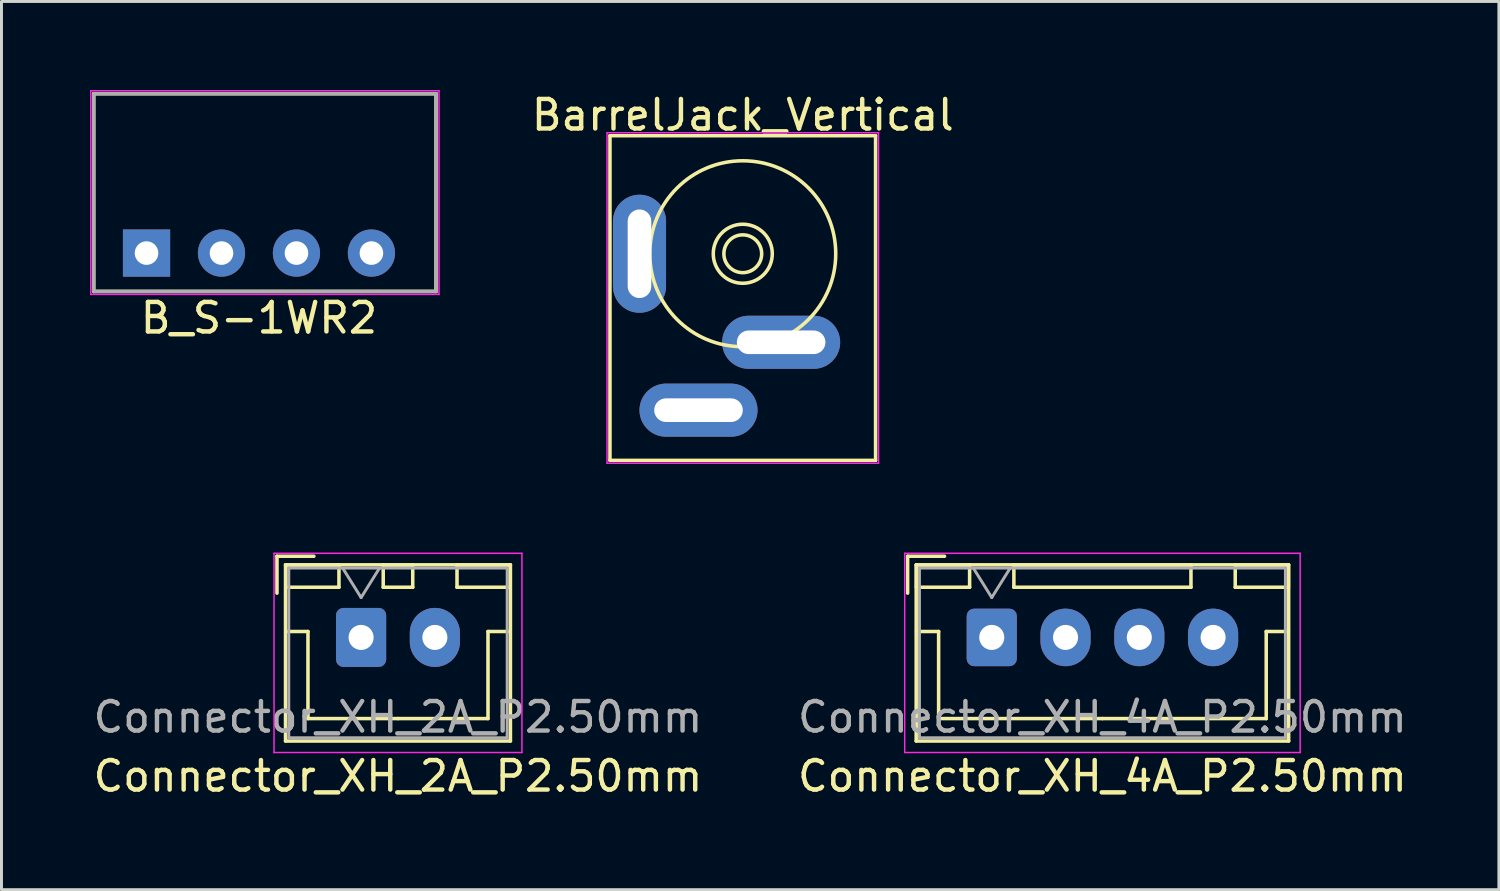
<source format=kicad_pcb>
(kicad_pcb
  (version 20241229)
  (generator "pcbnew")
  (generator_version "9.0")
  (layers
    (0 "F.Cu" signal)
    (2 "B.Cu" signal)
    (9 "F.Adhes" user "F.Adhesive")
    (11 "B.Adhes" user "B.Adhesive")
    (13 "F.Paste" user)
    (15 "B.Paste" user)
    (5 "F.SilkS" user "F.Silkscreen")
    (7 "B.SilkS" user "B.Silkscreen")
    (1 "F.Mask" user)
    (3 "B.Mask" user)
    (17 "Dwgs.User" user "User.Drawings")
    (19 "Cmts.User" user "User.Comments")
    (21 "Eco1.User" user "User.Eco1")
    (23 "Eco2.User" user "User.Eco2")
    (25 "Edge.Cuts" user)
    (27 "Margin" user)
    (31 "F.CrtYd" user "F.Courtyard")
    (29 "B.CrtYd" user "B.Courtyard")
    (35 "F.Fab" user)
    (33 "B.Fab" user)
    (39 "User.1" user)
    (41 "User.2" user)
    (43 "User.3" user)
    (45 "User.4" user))
  (footprint "BarrelJack_Vertical"
    (layer "F.Cu")
    (at 22.118 5.548)
    (property "Reference" "BarrelJack_Vertical" (at 0 -4.7 0) (layer "F.SilkS") (effects (font (size 1 1) (thickness 0.15))))
    (attr through_hole)
    (fp_line (start -4.5 -4) (end -4.5 7) (stroke (width 0.12) (type solid)) (layer "F.SilkS"))
    (fp_line (start -4.5 -4) (end 4.5 -4) (stroke (width 0.12) (type solid)) (layer "F.SilkS"))
    (fp_line (start -4.5 7) (end 4.5 7) (stroke (width 0.12) (type solid)) (layer "F.SilkS"))
    (fp_line (start 4.5 -4) (end 4.5 7) (stroke (width 0.12) (type solid)) (layer "F.SilkS"))
    (fp_circle (center 0 0) (end 0.5 0.4) (stroke (width 0.12) (type solid)) (fill no) (layer "F.SilkS"))
    (fp_circle (center 0 0) (end 1 0) (stroke (width 0.12) (type solid)) (fill no) (layer "F.SilkS"))
    (fp_circle (center 0 0) (end 3.15 0) (stroke (width 0.12) (type solid)) (fill no) (layer "F.SilkS"))
    (fp_line (start -4.6 -4.1) (end 4.6 -4.1) (stroke (width 0.05) (type solid)) (layer "F.CrtYd"))
    (fp_line (start -4.6 7.1) (end -4.6 -4.1) (stroke (width 0.05) (type solid)) (layer "F.CrtYd"))
    (fp_line (start 4.6 -4.1) (end 4.6 7.1) (stroke (width 0.05) (type solid)) (layer "F.CrtYd"))
    (fp_line (start 4.6 7.1) (end -4.6 7.1) (stroke (width 0.05) (type solid)) (layer "F.CrtYd"))
    (pad "1" thru_hole oval (at -3.5 0) (size 1.8 4) (drill oval 0.8 3) (layers "*.Cu" "*.Mask"))
    (pad "2" thru_hole oval (at -1.5 5.3) (size 4 1.8) (drill oval 3 0.8) (layers "*.Cu" "*.Mask"))
    (pad "3" thru_hole oval (at 1.3 3) (size 4 1.8) (drill oval 3 0.8) (layers "*.Cu" "*.Mask")))
  (footprint "Connector_XH_4A_P2.50mm"
    (layer "F.Cu")
    (at 30.554 18.548)
    (property "Reference" "Connector_XH_4A_P2.50mm" (at 3.75 4.7 0) (layer "F.SilkS") (effects (font (size 1 1) (thickness 0.15))))
    (attr through_hole)
    (fp_line (start -2.85 -2.75) (end -2.85 -1.5) (stroke (width 0.12) (type solid)) (layer "F.SilkS"))
    (fp_line (start -2.56 -2.46) (end -2.56 3.51) (stroke (width 0.12) (type solid)) (layer "F.SilkS"))
    (fp_line (start -2.56 3.51) (end 10.06 3.51) (stroke (width 0.12) (type solid)) (layer "F.SilkS"))
    (fp_line (start -2.55 -2.45) (end -2.55 -1.7) (stroke (width 0.12) (type solid)) (layer "F.SilkS"))
    (fp_line (start -2.55 -1.7) (end -0.75 -1.7) (stroke (width 0.12) (type solid)) (layer "F.SilkS"))
    (fp_line (start -2.55 -0.2) (end -1.8 -0.2) (stroke (width 0.12) (type solid)) (layer "F.SilkS"))
    (fp_line (start -1.8 -0.2) (end -1.8 2.75) (stroke (width 0.12) (type solid)) (layer "F.SilkS"))
    (fp_line (start -1.8 2.75) (end 3.75 2.75) (stroke (width 0.12) (type solid)) (layer "F.SilkS"))
    (fp_line (start -1.6 -2.75) (end -2.85 -2.75) (stroke (width 0.12) (type solid)) (layer "F.SilkS"))
    (fp_line (start -0.75 -2.45) (end -2.55 -2.45) (stroke (width 0.12) (type solid)) (layer "F.SilkS"))
    (fp_line (start -0.75 -1.7) (end -0.75 -2.45) (stroke (width 0.12) (type solid)) (layer "F.SilkS"))
    (fp_line (start 0.75 -2.45) (end 0.75 -1.7) (stroke (width 0.12) (type solid)) (layer "F.SilkS"))
    (fp_line (start 0.75 -1.7) (end 6.75 -1.7) (stroke (width 0.12) (type solid)) (layer "F.SilkS"))
    (fp_line (start 6.75 -2.45) (end 0.75 -2.45) (stroke (width 0.12) (type solid)) (layer "F.SilkS"))
    (fp_line (start 6.75 -1.7) (end 6.75 -2.45) (stroke (width 0.12) (type solid)) (layer "F.SilkS"))
    (fp_line (start 8.25 -2.45) (end 8.25 -1.7) (stroke (width 0.12) (type solid)) (layer "F.SilkS"))
    (fp_line (start 8.25 -1.7) (end 10.05 -1.7) (stroke (width 0.12) (type solid)) (layer "F.SilkS"))
    (fp_line (start 9.3 -0.2) (end 9.3 2.75) (stroke (width 0.12) (type solid)) (layer "F.SilkS"))
    (fp_line (start 9.3 2.75) (end 3.75 2.75) (stroke (width 0.12) (type solid)) (layer "F.SilkS"))
    (fp_line (start 10.05 -2.45) (end 8.25 -2.45) (stroke (width 0.12) (type solid)) (layer "F.SilkS"))
    (fp_line (start 10.05 -1.7) (end 10.05 -2.45) (stroke (width 0.12) (type solid)) (layer "F.SilkS"))
    (fp_line (start 10.05 -0.2) (end 9.3 -0.2) (stroke (width 0.12) (type solid)) (layer "F.SilkS"))
    (fp_line (start 10.06 -2.46) (end -2.56 -2.46) (stroke (width 0.12) (type solid)) (layer "F.SilkS"))
    (fp_line (start 10.06 3.51) (end 10.06 -2.46) (stroke (width 0.12) (type solid)) (layer "F.SilkS"))
    (fp_line (start -2.95 -2.85) (end -2.95 3.9) (stroke (width 0.05) (type solid)) (layer "F.CrtYd"))
    (fp_line (start -2.95 3.9) (end 10.45 3.9) (stroke (width 0.05) (type solid)) (layer "F.CrtYd"))
    (fp_line (start 10.45 -2.85) (end -2.95 -2.85) (stroke (width 0.05) (type solid)) (layer "F.CrtYd"))
    (fp_line (start 10.45 3.9) (end 10.45 -2.85) (stroke (width 0.05) (type solid)) (layer "F.CrtYd"))
    (fp_line (start -2.45 -2.35) (end -2.45 3.4) (stroke (width 0.1) (type solid)) (layer "F.Fab"))
    (fp_line (start -2.45 3.4) (end 9.95 3.4) (stroke (width 0.1) (type solid)) (layer "F.Fab"))
    (fp_line (start -0.625 -2.35) (end 0 -1.35) (stroke (width 0.1) (type solid)) (layer "F.Fab"))
    (fp_line (start 0 -1.35) (end 0.625 -2.35) (stroke (width 0.1) (type solid)) (layer "F.Fab"))
    (fp_line (start 9.95 -2.35) (end -2.45 -2.35) (stroke (width 0.1) (type solid)) (layer "F.Fab"))
    (fp_line (start 9.95 3.4) (end 9.95 -2.35) (stroke (width 0.1) (type solid)) (layer "F.Fab"))
    (fp_text user "${REFERENCE}" (at 3.75 2.7 0) (layer "F.Fab") (effects (font (size 1 1) (thickness 0.15))))
    (pad "1" thru_hole roundrect (at 0 0) (size 1.7 1.95) (drill 0.85) (layers "*.Cu" "*.Mask") (roundrect_rratio 0.147))
    (pad "2" thru_hole oval (at 2.5 0) (size 1.7 1.95) (drill 0.85) (layers "*.Cu" "*.Mask"))
    (pad "3" thru_hole oval (at 5 0) (size 1.7 1.95) (drill 0.85) (layers "*.Cu" "*.Mask"))
    (pad "4" thru_hole oval (at 7.5 0) (size 1.7 1.95) (drill 0.85) (layers "*.Cu" "*.Mask")))
  (footprint "B_S-1WR2"
    (layer "F.Cu")
    (at 5.725 5.525)
    (property "Reference" "B_S-1WR2" (at 0 2.2 0) (layer "F.SilkS") (effects (font (size 1 1) (thickness 0.15))))
    (attr through_hole)
    (fp_line (start -5.6 -5.4) (end 6 -5.4) (stroke (width 0.12) (type solid)) (layer "F.SilkS"))
    (fp_line (start -5.6 1.3) (end -5.6 -5.4) (stroke (width 0.12) (type solid)) (layer "F.SilkS"))
    (fp_line (start -5.6 1.3) (end 6 1.3) (stroke (width 0.12) (type solid)) (layer "F.SilkS"))
    (fp_line (start 6 1.3) (end 6 -5.4) (stroke (width 0.12) (type solid)) (layer "F.SilkS"))
    (fp_line (start -5.7 -5.5) (end 6.1 -5.5) (stroke (width 0.05) (type solid)) (layer "F.CrtYd"))
    (fp_line (start -5.7 1.4) (end -5.7 -5.5) (stroke (width 0.05) (type solid)) (layer "F.CrtYd"))
    (fp_line (start 6.1 -5.5) (end 6.1 1.4) (stroke (width 0.05) (type solid)) (layer "F.CrtYd"))
    (fp_line (start 6.1 1.4) (end -5.7 1.4) (stroke (width 0.05) (type solid)) (layer "F.CrtYd"))
    (fp_line (start -5.6 -5.4) (end 6 -5.4) (stroke (width 0.12) (type solid)) (layer "F.Fab"))
    (fp_line (start -5.6 1.3) (end -5.6 -5.4) (stroke (width 0.12) (type solid)) (layer "F.Fab"))
    (fp_line (start 6 -5.4) (end 6 1.3) (stroke (width 0.12) (type solid)) (layer "F.Fab"))
    (fp_line (start 6 1.3) (end -5.6 1.3) (stroke (width 0.12) (type solid)) (layer "F.Fab"))
    (pad "1" thru_hole rect (at -3.81 0) (size 1.6 1.6) (drill 0.8) (layers "*.Cu" "*.Mask"))
    (pad "2" thru_hole circle (at -1.27 0) (size 1.6 1.6) (drill 0.8) (layers "*.Cu" "*.Mask"))
    (pad "3" thru_hole circle (at 1.27 0) (size 1.6 1.6) (drill 0.8) (layers "*.Cu" "*.Mask"))
    (pad "4" thru_hole circle (at 3.81 0) (size 1.6 1.6) (drill 0.8) (layers "*.Cu" "*.Mask")))
  (footprint "Connector_XH_2A_P2.50mm"
    (layer "F.Cu")
    (at 9.185 18.548)
    (property "Reference" "Connector_XH_2A_P2.50mm" (at 1.25 4.7 0) (layer "F.SilkS") (effects (font (size 1 1) (thickness 0.15))))
    (attr smd)
    (fp_line (start -2.85 -2.75) (end -2.85 -1.5) (stroke (width 0.12) (type solid)) (layer "F.SilkS"))
    (fp_line (start -2.56 -2.46) (end -2.56 3.51) (stroke (width 0.12) (type solid)) (layer "F.SilkS"))
    (fp_line (start -2.56 3.51) (end 5.06 3.51) (stroke (width 0.12) (type solid)) (layer "F.SilkS"))
    (fp_line (start -2.55 -2.45) (end -2.55 -1.7) (stroke (width 0.12) (type solid)) (layer "F.SilkS"))
    (fp_line (start -2.55 -1.7) (end -0.75 -1.7) (stroke (width 0.12) (type solid)) (layer "F.SilkS"))
    (fp_line (start -2.55 -0.2) (end -1.8 -0.2) (stroke (width 0.12) (type solid)) (layer "F.SilkS"))
    (fp_line (start -1.8 -0.2) (end -1.8 2.75) (stroke (width 0.12) (type solid)) (layer "F.SilkS"))
    (fp_line (start -1.8 2.75) (end 1.25 2.75) (stroke (width 0.12) (type solid)) (layer "F.SilkS"))
    (fp_line (start -1.6 -2.75) (end -2.85 -2.75) (stroke (width 0.12) (type solid)) (layer "F.SilkS"))
    (fp_line (start -0.75 -2.45) (end -2.55 -2.45) (stroke (width 0.12) (type solid)) (layer "F.SilkS"))
    (fp_line (start -0.75 -1.7) (end -0.75 -2.45) (stroke (width 0.12) (type solid)) (layer "F.SilkS"))
    (fp_line (start 0.75 -2.45) (end 0.75 -1.7) (stroke (width 0.12) (type solid)) (layer "F.SilkS"))
    (fp_line (start 0.75 -1.7) (end 1.75 -1.7) (stroke (width 0.12) (type solid)) (layer "F.SilkS"))
    (fp_line (start 1.75 -2.45) (end 0.75 -2.45) (stroke (width 0.12) (type solid)) (layer "F.SilkS"))
    (fp_line (start 1.75 -1.7) (end 1.75 -2.45) (stroke (width 0.12) (type solid)) (layer "F.SilkS"))
    (fp_line (start 3.25 -2.45) (end 3.25 -1.7) (stroke (width 0.12) (type solid)) (layer "F.SilkS"))
    (fp_line (start 3.25 -1.7) (end 5.05 -1.7) (stroke (width 0.12) (type solid)) (layer "F.SilkS"))
    (fp_line (start 4.3 -0.2) (end 4.3 2.75) (stroke (width 0.12) (type solid)) (layer "F.SilkS"))
    (fp_line (start 4.3 2.75) (end 1.25 2.75) (stroke (width 0.12) (type solid)) (layer "F.SilkS"))
    (fp_line (start 5.05 -2.45) (end 3.25 -2.45) (stroke (width 0.12) (type solid)) (layer "F.SilkS"))
    (fp_line (start 5.05 -1.7) (end 5.05 -2.45) (stroke (width 0.12) (type solid)) (layer "F.SilkS"))
    (fp_line (start 5.05 -0.2) (end 4.3 -0.2) (stroke (width 0.12) (type solid)) (layer "F.SilkS"))
    (fp_line (start 5.06 -2.46) (end -2.56 -2.46) (stroke (width 0.12) (type solid)) (layer "F.SilkS"))
    (fp_line (start 5.06 3.51) (end 5.06 -2.46) (stroke (width 0.12) (type solid)) (layer "F.SilkS"))
    (fp_line (start -2.95 -2.85) (end -2.95 3.9) (stroke (width 0.05) (type solid)) (layer "F.CrtYd"))
    (fp_line (start -2.95 3.9) (end 5.45 3.9) (stroke (width 0.05) (type solid)) (layer "F.CrtYd"))
    (fp_line (start 5.45 -2.85) (end -2.95 -2.85) (stroke (width 0.05) (type solid)) (layer "F.CrtYd"))
    (fp_line (start 5.45 3.9) (end 5.45 -2.85) (stroke (width 0.05) (type solid)) (layer "F.CrtYd"))
    (fp_line (start -2.45 -2.35) (end -2.45 3.4) (stroke (width 0.1) (type solid)) (layer "F.Fab"))
    (fp_line (start -2.45 3.4) (end 4.95 3.4) (stroke (width 0.1) (type solid)) (layer "F.Fab"))
    (fp_line (start -0.625 -2.35) (end 0 -1.35) (stroke (width 0.1) (type solid)) (layer "F.Fab"))
    (fp_line (start 0 -1.35) (end 0.625 -2.35) (stroke (width 0.1) (type solid)) (layer "F.Fab"))
    (fp_line (start 4.95 -2.35) (end -2.45 -2.35) (stroke (width 0.1) (type solid)) (layer "F.Fab"))
    (fp_line (start 4.95 3.4) (end 4.95 -2.35) (stroke (width 0.1) (type solid)) (layer "F.Fab"))
    (fp_text user "${REFERENCE}" (at 1.25 2.7 0) (layer "F.Fab") (effects (font (size 1 1) (thickness 0.15))))
    (pad "1" thru_hole roundrect (at 0 0) (size 1.7 2) (drill 0.85) (layers "*.Cu" "*.Mask") (roundrect_rratio 0.147))
    (pad "2" thru_hole oval (at 2.5 0) (size 1.7 2) (drill 0.85) (layers "*.Cu" "*.Mask")))
  (gr_rect
    (start -3 -3)
    (end 47.738 27.096)
    (stroke (width 0.1) (type default))
    (fill no)
    (layer "Edge.Cuts")))
</source>
